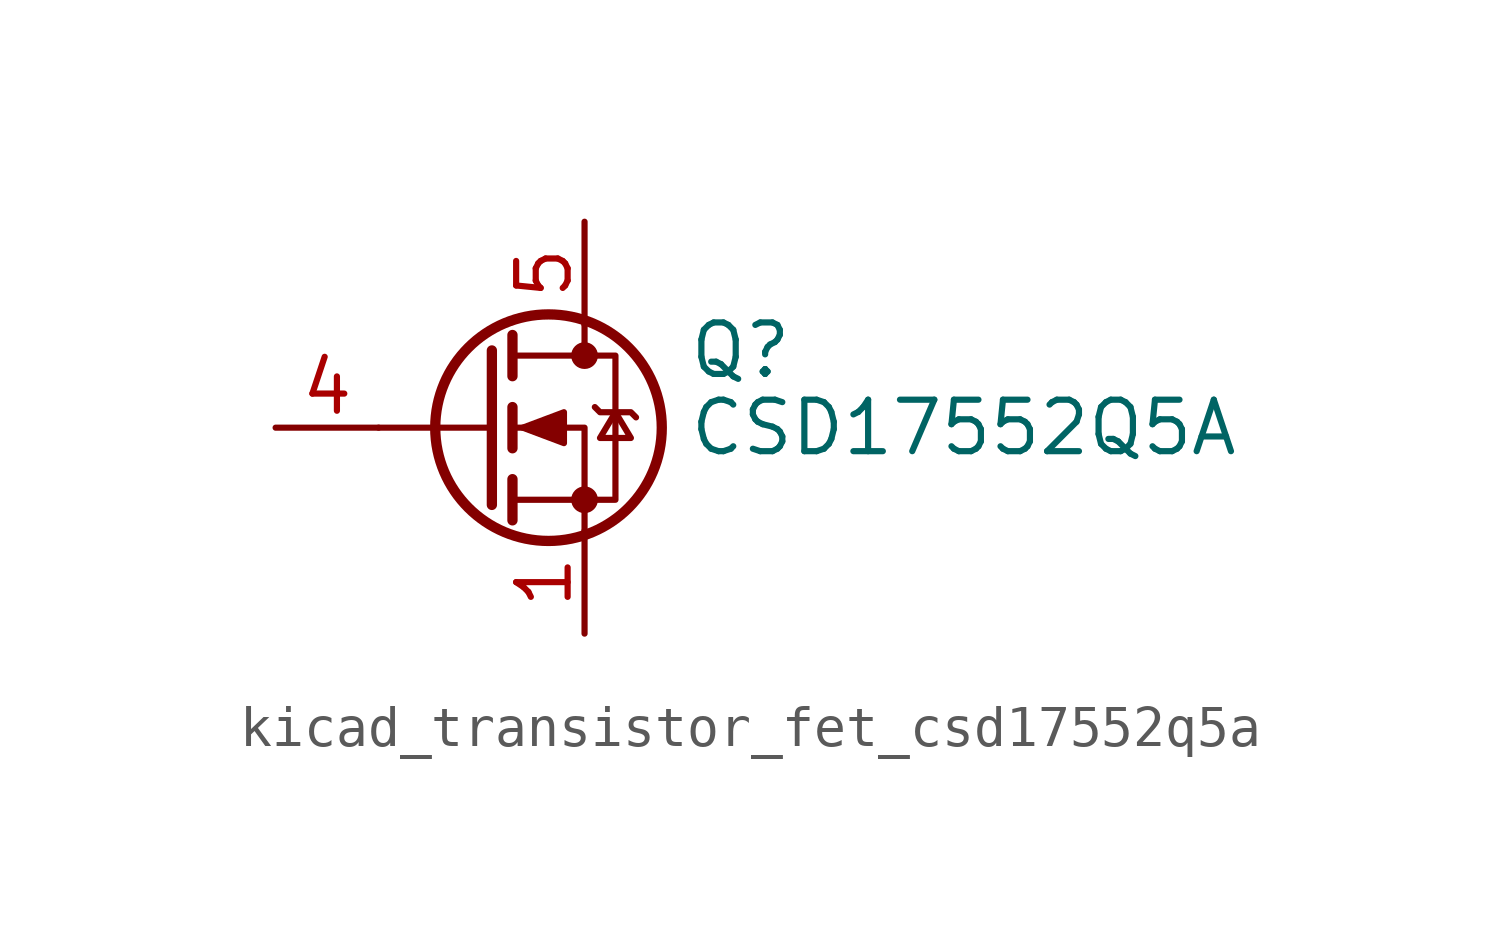
<source format=kicad_sym>
(kicad_symbol_lib
  (version 20220914)
  (generator kicad_symbol_editor)
  (symbol "kicad_transistor_fet_csd17552q5a"
    (pin_names hide)
    (property "Reference" "Q"
      (at 5.08 1.905 0)
      (effects (font (size 1.27 1.27)) (justify left)))
    (property "Value" "CSD17552Q5A"
      (at 5.08 0 0)
      (effects (font (size 1.27 1.27)) (justify left)))
    (symbol "kicad_transistor_fet_csd17552q5a_0_1"
      (polyline (pts (xy 0.254 0) (xy -2.54 0)) (stroke (width 0) (type default)) (fill (type none)))
      (polyline (pts (xy 0.254 1.905) (xy 0.254 -1.905)) (stroke (width 0.254) (type default)) (fill (type none)))
      (polyline (pts (xy 0.762 -1.27) (xy 0.762 -2.286)) (stroke (width 0.254) (type default)) (fill (type none)))
      (polyline (pts (xy 0.762 0.508) (xy 0.762 -0.508)) (stroke (width 0.254) (type default)) (fill (type none)))
      (polyline (pts (xy 0.762 2.286) (xy 0.762 1.27)) (stroke (width 0.254) (type default)) (fill (type none)))
      (polyline (pts (xy 2.54 2.54) (xy 2.54 1.778)) (stroke (width 0) (type default)) (fill (type none)))
      (polyline (pts (xy 2.54 -2.54) (xy 2.54 0) (xy 0.762 0)) (stroke (width 0) (type default)) (fill (type none)))
      (polyline (pts (xy 0.762 -1.778) (xy 3.302 -1.778) (xy 3.302 1.778) (xy 0.762 1.778)) (stroke (width 0) (type default)) (fill (type none)))
      (polyline (pts (xy 1.016 0) (xy 2.032 0.381) (xy 2.032 -0.381) (xy 1.016 0)) (stroke (width 0) (type default)) (fill (type outline)))
      (polyline (pts (xy 2.794 0.508) (xy 2.921 0.381) (xy 3.683 0.381) (xy 3.81 0.254)) (stroke (width 0) (type default)) (fill (type none)))
      (polyline (pts (xy 3.302 0.381) (xy 2.921 -0.254) (xy 3.683 -0.254) (xy 3.302 0.381)) (stroke (width 0) (type default)) (fill (type none)))
      (circle (center 1.651 0) (radius 2.794) (stroke (width 0.254) (type default)) (fill (type none)))
      (circle (center 2.54 -1.778) (radius 0.254) (stroke (width 0) (type default)) (fill (type outline)))
      (circle (center 2.54 1.778) (radius 0.254) (stroke (width 0) (type default)) (fill (type outline))))
    (symbol "kicad_transistor_fet_csd17552q5a_1_1"
      (pin passive line (at 2.54 -5.08 90) (length 2.54) (name "S" (effects (font (size 1.27 1.27)))) (number "1" (effects (font (size 1.27 1.27)))))
      (pin passive line (at 2.54 -5.08 90) (length 2.54) hide (name "S" (effects (font (size 1.27 1.27)))) (number "2" (effects (font (size 1.27 1.27)))))
      (pin passive line (at 2.54 -5.08 90) (length 2.54) hide (name "S" (effects (font (size 1.27 1.27)))) (number "3" (effects (font (size 1.27 1.27)))))
      (pin passive line (at -5.08 0 0) (length 2.54) (name "G" (effects (font (size 1.27 1.27)))) (number "4" (effects (font (size 1.27 1.27)))))
      (pin passive line (at 2.54 5.08 270) (length 2.54) (name "D" (effects (font (size 1.27 1.27)))) (number "5" (effects (font (size 1.27 1.27))))))))
</source>
